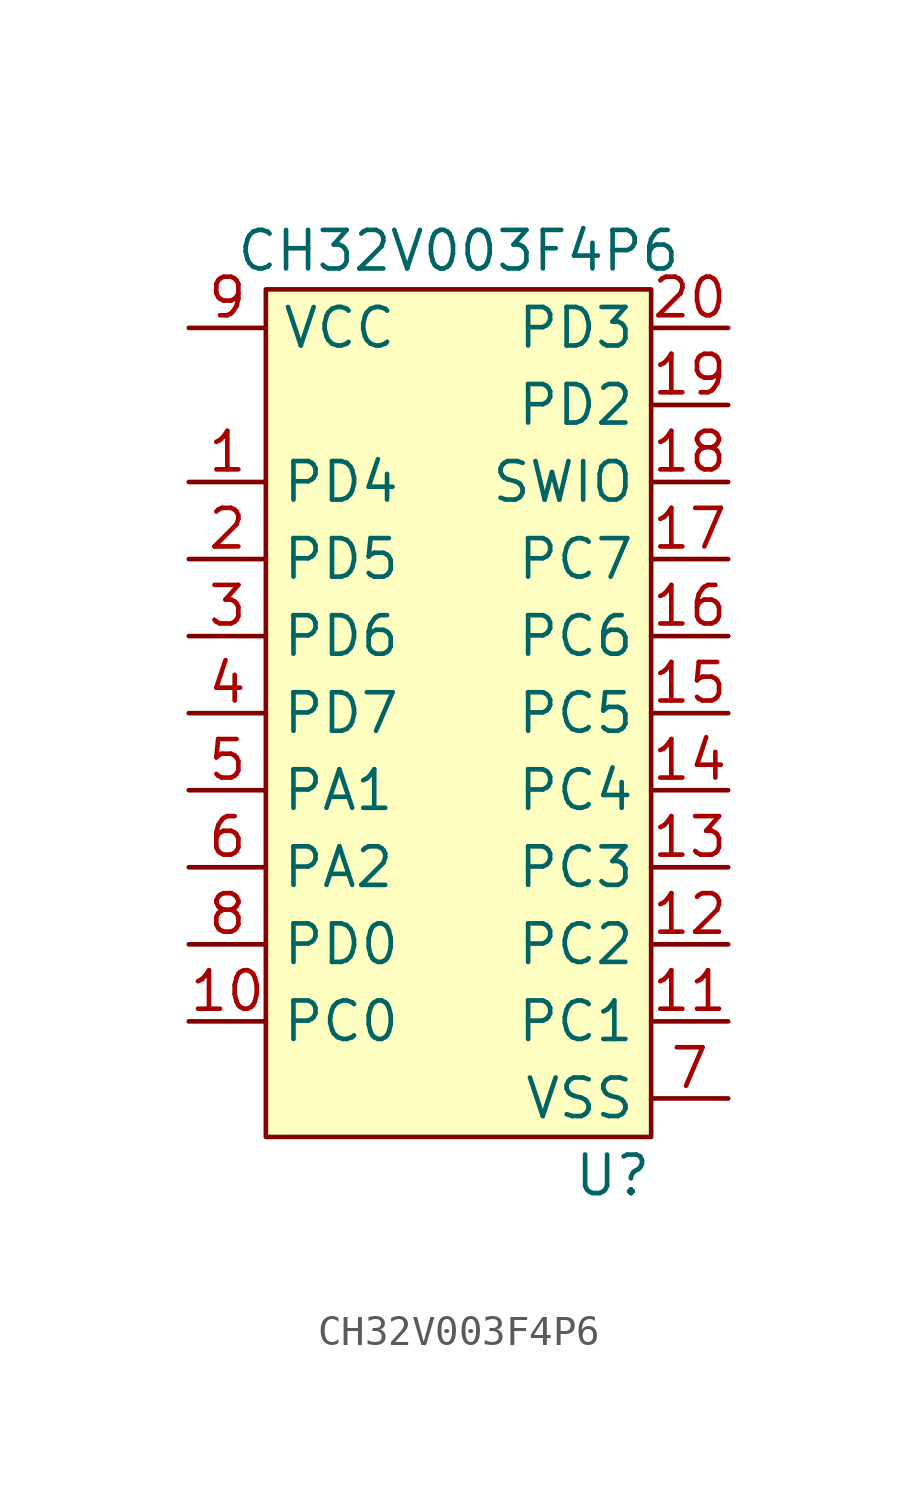
<source format=kicad_sym>
(kicad_symbol_lib
  (version 20220914)
  (generator kicad_symbol_editor)
  (symbol "CH32V003F4P6"
    (property "Reference" "U"
      (at 5.08 -24.13 0)
      (effects (font (size 1.27 1.27))))
    (property "Value" "CH32V003F4P6"
      (at 0 6.35 0)
      (effects (font (size 1.27 1.27))))
    (symbol "CH32V003F4P6_0_1"
      (rectangle (start -6.35 5.08) (end 6.35 -22.86) (stroke (width 0.152) (type default)) (fill (type background))))
    (symbol "CH32V003F4P6_1_1"
      (pin input line (at -8.89 -1.27 0) (length 2.54) (name "PD4" (effects (font (size 1.27 1.27)))) (number "1" (effects (font (size 1.27 1.27)))))
      (pin input line (at -8.89 -19.05 0) (length 2.54) (name "PC0" (effects (font (size 1.27 1.27)))) (number "10" (effects (font (size 1.27 1.27)))))
      (pin input line (at 8.89 -19.05 180) (length 2.54) (name "PC1" (effects (font (size 1.27 1.27)))) (number "11" (effects (font (size 1.27 1.27)))))
      (pin input line (at 8.89 -16.51 180) (length 2.54) (name "PC2" (effects (font (size 1.27 1.27)))) (number "12" (effects (font (size 1.27 1.27)))))
      (pin input line (at 8.89 -13.97 180) (length 2.54) (name "PC3" (effects (font (size 1.27 1.27)))) (number "13" (effects (font (size 1.27 1.27)))))
      (pin input line (at 8.89 -11.43 180) (length 2.54) (name "PC4" (effects (font (size 1.27 1.27)))) (number "14" (effects (font (size 1.27 1.27)))))
      (pin input line (at 8.89 -8.89 180) (length 2.54) (name "PC5" (effects (font (size 1.27 1.27)))) (number "15" (effects (font (size 1.27 1.27)))))
      (pin input line (at 8.89 -6.35 180) (length 2.54) (name "PC6" (effects (font (size 1.27 1.27)))) (number "16" (effects (font (size 1.27 1.27)))))
      (pin input line (at 8.89 -3.81 180) (length 2.54) (name "PC7" (effects (font (size 1.27 1.27)))) (number "17" (effects (font (size 1.27 1.27)))))
      (pin input line (at 8.89 -1.27 180) (length 2.54) (name "SWIO" (effects (font (size 1.27 1.27)))) (number "18" (effects (font (size 1.27 1.27)))))
      (pin input line (at 8.89 1.27 180) (length 2.54) (name "PD2" (effects (font (size 1.27 1.27)))) (number "19" (effects (font (size 1.27 1.27)))))
      (pin input line (at -8.89 -3.81 0) (length 2.54) (name "PD5" (effects (font (size 1.27 1.27)))) (number "2" (effects (font (size 1.27 1.27)))))
      (pin input line (at 8.89 3.81 180) (length 2.54) (name "PD3" (effects (font (size 1.27 1.27)))) (number "20" (effects (font (size 1.27 1.27)))))
      (pin input line (at -8.89 -6.35 0) (length 2.54) (name "PD6" (effects (font (size 1.27 1.27)))) (number "3" (effects (font (size 1.27 1.27)))))
      (pin input line (at -8.89 -8.89 0) (length 2.54) (name "PD7" (effects (font (size 1.27 1.27)))) (number "4" (effects (font (size 1.27 1.27)))))
      (pin input line (at -8.89 -11.43 0) (length 2.54) (name "PA1" (effects (font (size 1.27 1.27)))) (number "5" (effects (font (size 1.27 1.27)))))
      (pin input line (at -8.89 -13.97 0) (length 2.54) (name "PA2" (effects (font (size 1.27 1.27)))) (number "6" (effects (font (size 1.27 1.27)))))
      (pin input line (at 8.89 -21.59 180) (length 2.54) (name "VSS" (effects (font (size 1.27 1.27)))) (number "7" (effects (font (size 1.27 1.27)))))
      (pin input line (at -8.89 -16.51 0) (length 2.54) (name "PD0" (effects (font (size 1.27 1.27)))) (number "8" (effects (font (size 1.27 1.27)))))
      (pin input line (at -8.89 3.81 0) (length 2.54) (name "VCC" (effects (font (size 1.27 1.27)))) (number "9" (effects (font (size 1.27 1.27))))))))
</source>
